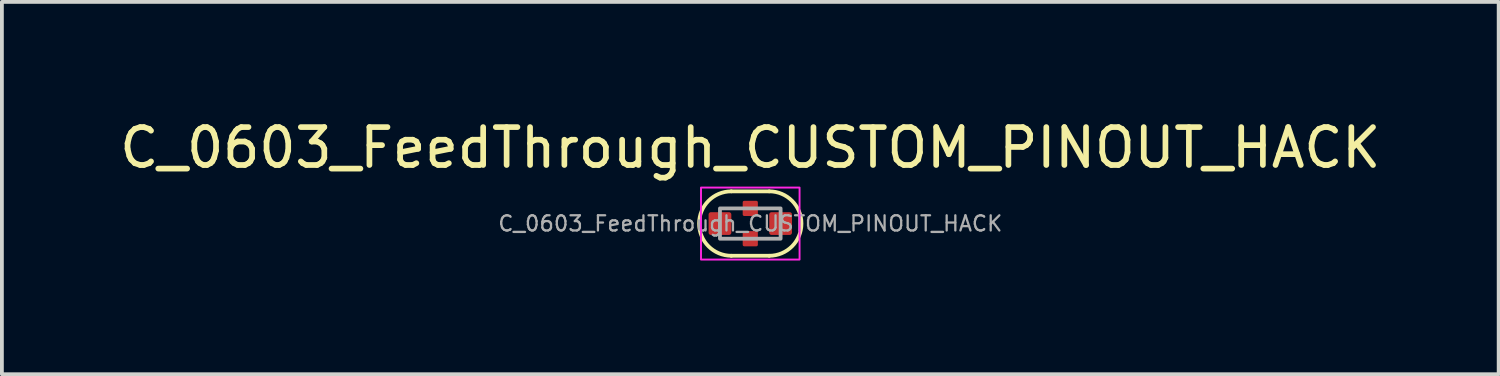
<source format=kicad_pcb>
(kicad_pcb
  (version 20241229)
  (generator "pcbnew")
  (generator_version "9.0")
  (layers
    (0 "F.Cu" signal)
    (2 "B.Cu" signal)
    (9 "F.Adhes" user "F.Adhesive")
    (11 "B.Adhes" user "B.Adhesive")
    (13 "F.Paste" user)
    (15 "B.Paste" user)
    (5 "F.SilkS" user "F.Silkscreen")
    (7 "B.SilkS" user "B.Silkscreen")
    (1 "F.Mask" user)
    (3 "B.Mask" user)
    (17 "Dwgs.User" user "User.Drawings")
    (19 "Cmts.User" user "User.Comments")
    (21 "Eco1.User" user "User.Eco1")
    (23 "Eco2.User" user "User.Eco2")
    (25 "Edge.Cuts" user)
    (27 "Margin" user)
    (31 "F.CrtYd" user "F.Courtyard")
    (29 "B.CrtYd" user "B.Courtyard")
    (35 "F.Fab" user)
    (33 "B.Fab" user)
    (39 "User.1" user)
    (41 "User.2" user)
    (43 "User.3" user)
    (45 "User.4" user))
  (footprint "C_0603_FeedThrough_CUSTOM_PINOUT_HACK"
    (layer "F.Cu")
    (at 16.744 2.848)
    (property "Reference" "C_0603_FeedThrough_CUSTOM_PINOUT_HACK" (at 0 -2 0) (layer "F.SilkS") (effects (font (size 1 1) (thickness 0.15))))
    (attr smd)
    (fp_line (start -0.5 -0.85) (end 0.5 -0.85) (stroke (width 0.1) (type solid)) (layer "F.SilkS"))
    (fp_line (start -0.5 0.85) (end 0.5 0.85) (stroke (width 0.1) (type solid)) (layer "F.SilkS"))
    (fp_arc (start -0.5 0.85) (mid -1.35 0) (end -0.5 -0.85) (stroke (width 0.1) (type solid)) (layer "F.SilkS"))
    (fp_arc (start 0.5 -0.85) (mid 1.35 0) (end 0.5 0.85) (stroke (width 0.1) (type solid)) (layer "F.SilkS"))
    (fp_rect (start -1.3 -0.95) (end 1.3 0.95) (stroke (width 0.05) (type default)) (fill no) (layer "F.CrtYd"))
    (fp_rect (start -0.8 -0.4) (end 0.8 0.4) (stroke (width 0.1) (type default)) (fill no) (layer "F.Fab"))
    (fp_text user "${REFERENCE}" (at 0 0 0) (layer "F.Fab") (effects (font (size 0.4 0.4) (thickness 0.06))))
    (pad "1" smd roundrect (at -0.8 0) (size 0.6 0.6) (layers "F.Cu" "F.Mask" "F.Paste") (roundrect_rratio 0.1))
    (pad "2" smd roundrect (at 0 -0.4) (size 0.4 0.4) (layers "F.Cu" "F.Mask" "F.Paste") (roundrect_rratio 0.1))
    (pad "2" smd roundrect (at 0 0.4) (size 0.4 0.4) (layers "F.Cu" "F.Mask" "F.Paste") (roundrect_rratio 0.1))
    (pad "3" smd roundrect (at 0.8 0) (size 0.6 0.6) (layers "F.Cu" "F.Mask" "F.Paste") (roundrect_rratio 0.1)))
  (gr_rect
    (start -3 -3)
    (end 36.488 6.823)
    (stroke (width 0.1) (type default))
    (fill no)
    (layer "Edge.Cuts")))
</source>
